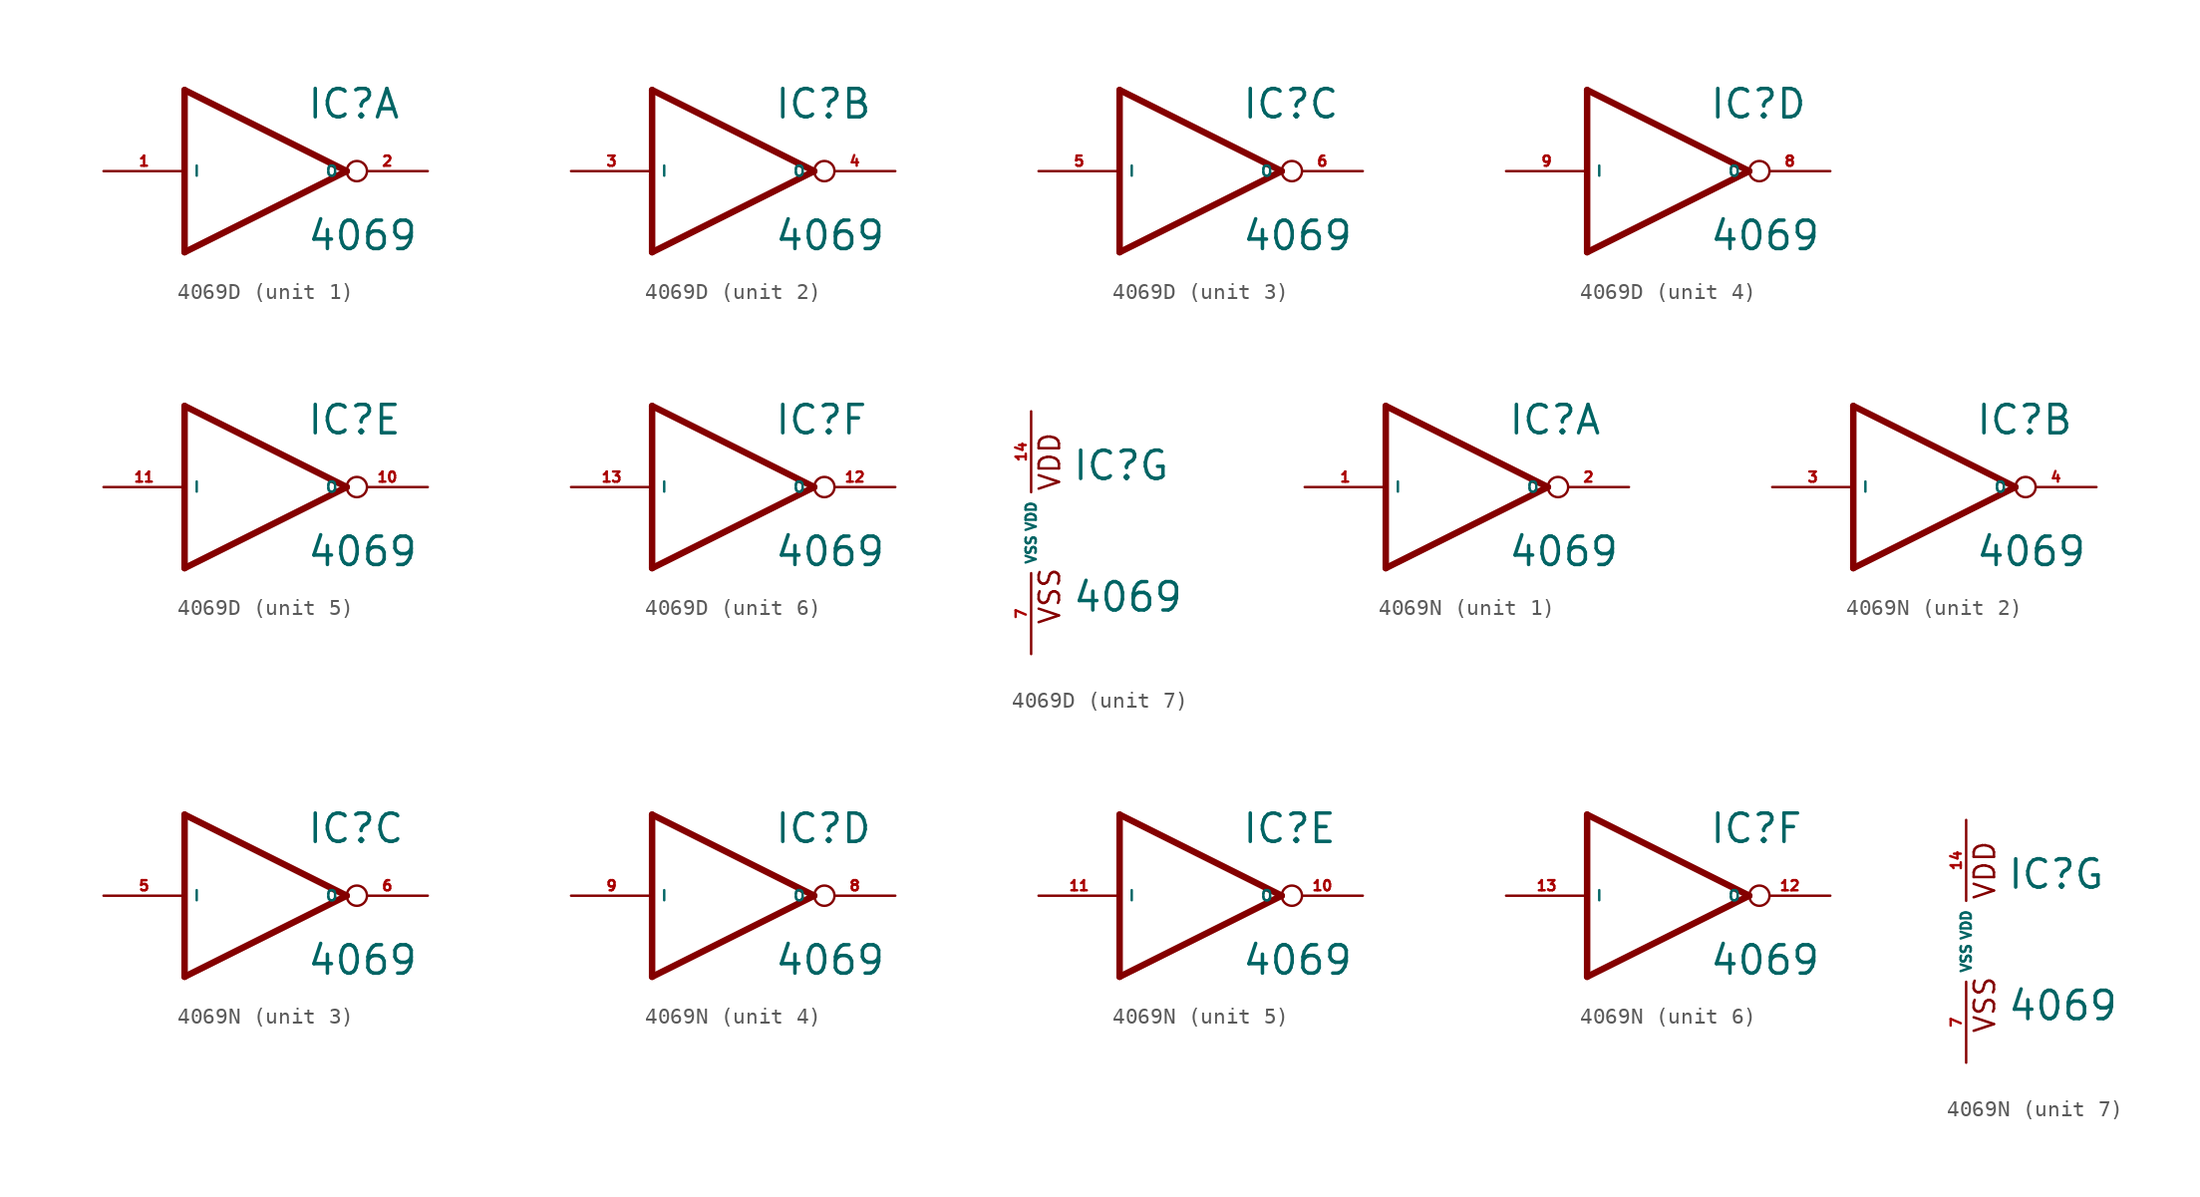
<source format=kicad_sym>
(kicad_symbol_lib
  (version 20220914)
  (generator Eagle2Kicad)
  (symbol "4069D"
    (property "Reference" "IC"
      (at 2.54 3.175 0)
      (effects (font (size 1.778 1.778) (thickness 0.22)) (justify left bottom)))
    (property "Value" "4069"
      (at 2.54 -5.08 0)
      (effects (font (size 1.778 1.778) (thickness 0.22)) (justify left bottom)))
    (symbol "4069D_1_0"
      (polyline (pts (xy -5.08 -5.08) (xy 5.08 0)) (stroke (width 0.406) (type default)) (fill (type none)))
      (polyline (pts (xy 5.08 0) (xy -5.08 5.08)) (stroke (width 0.406) (type default)) (fill (type none)))
      (polyline (pts (xy -5.08 5.08) (xy -5.08 -5.08)) (stroke (width 0.406) (type default)) (fill (type none)))
      (pin input line (at -10.16 0 0) (length 5.08) (name "I" (effects (font (size 0.635 0.635) (thickness 0.08)) (justify left bottom))) (number "1" (effects (font (size 0.635 0.635) (thickness 0.08)) (justify left bottom))))
      (pin output inverted (at 10.16 0 180) (length 5.08) (name "O" (effects (font (size 0.635 0.635) (thickness 0.08)) (justify left bottom))) (number "2" (effects (font (size 0.635 0.635) (thickness 0.08)) (justify left bottom)))))
    (symbol "4069D_2_0"
      (polyline (pts (xy -5.08 -5.08) (xy 5.08 0)) (stroke (width 0.406) (type default)) (fill (type none)))
      (polyline (pts (xy 5.08 0) (xy -5.08 5.08)) (stroke (width 0.406) (type default)) (fill (type none)))
      (polyline (pts (xy -5.08 5.08) (xy -5.08 -5.08)) (stroke (width 0.406) (type default)) (fill (type none)))
      (pin input line (at -10.16 0 0) (length 5.08) (name "I" (effects (font (size 0.635 0.635) (thickness 0.08)) (justify left bottom))) (number "3" (effects (font (size 0.635 0.635) (thickness 0.08)) (justify left bottom))))
      (pin output inverted (at 10.16 0 180) (length 5.08) (name "O" (effects (font (size 0.635 0.635) (thickness 0.08)) (justify left bottom))) (number "4" (effects (font (size 0.635 0.635) (thickness 0.08)) (justify left bottom)))))
    (symbol "4069D_3_0"
      (polyline (pts (xy -5.08 -5.08) (xy 5.08 0)) (stroke (width 0.406) (type default)) (fill (type none)))
      (polyline (pts (xy 5.08 0) (xy -5.08 5.08)) (stroke (width 0.406) (type default)) (fill (type none)))
      (polyline (pts (xy -5.08 5.08) (xy -5.08 -5.08)) (stroke (width 0.406) (type default)) (fill (type none)))
      (pin input line (at -10.16 0 0) (length 5.08) (name "I" (effects (font (size 0.635 0.635) (thickness 0.08)) (justify left bottom))) (number "5" (effects (font (size 0.635 0.635) (thickness 0.08)) (justify left bottom))))
      (pin output inverted (at 10.16 0 180) (length 5.08) (name "O" (effects (font (size 0.635 0.635) (thickness 0.08)) (justify left bottom))) (number "6" (effects (font (size 0.635 0.635) (thickness 0.08)) (justify left bottom)))))
    (symbol "4069D_4_0"
      (polyline (pts (xy -5.08 -5.08) (xy 5.08 0)) (stroke (width 0.406) (type default)) (fill (type none)))
      (polyline (pts (xy 5.08 0) (xy -5.08 5.08)) (stroke (width 0.406) (type default)) (fill (type none)))
      (polyline (pts (xy -5.08 5.08) (xy -5.08 -5.08)) (stroke (width 0.406) (type default)) (fill (type none)))
      (pin input line (at -10.16 0 0) (length 5.08) (name "I" (effects (font (size 0.635 0.635) (thickness 0.08)) (justify left bottom))) (number "9" (effects (font (size 0.635 0.635) (thickness 0.08)) (justify left bottom))))
      (pin output inverted (at 10.16 0 180) (length 5.08) (name "O" (effects (font (size 0.635 0.635) (thickness 0.08)) (justify left bottom))) (number "8" (effects (font (size 0.635 0.635) (thickness 0.08)) (justify left bottom)))))
    (symbol "4069D_5_0"
      (polyline (pts (xy -5.08 -5.08) (xy 5.08 0)) (stroke (width 0.406) (type default)) (fill (type none)))
      (polyline (pts (xy 5.08 0) (xy -5.08 5.08)) (stroke (width 0.406) (type default)) (fill (type none)))
      (polyline (pts (xy -5.08 5.08) (xy -5.08 -5.08)) (stroke (width 0.406) (type default)) (fill (type none)))
      (pin input line (at -10.16 0 0) (length 5.08) (name "I" (effects (font (size 0.635 0.635) (thickness 0.08)) (justify left bottom))) (number "11" (effects (font (size 0.635 0.635) (thickness 0.08)) (justify left bottom))))
      (pin output inverted (at 10.16 0 180) (length 5.08) (name "O" (effects (font (size 0.635 0.635) (thickness 0.08)) (justify left bottom))) (number "10" (effects (font (size 0.635 0.635) (thickness 0.08)) (justify left bottom)))))
    (symbol "4069D_6_0"
      (polyline (pts (xy -5.08 -5.08) (xy 5.08 0)) (stroke (width 0.406) (type default)) (fill (type none)))
      (polyline (pts (xy 5.08 0) (xy -5.08 5.08)) (stroke (width 0.406) (type default)) (fill (type none)))
      (polyline (pts (xy -5.08 5.08) (xy -5.08 -5.08)) (stroke (width 0.406) (type default)) (fill (type none)))
      (pin input line (at -10.16 0 0) (length 5.08) (name "I" (effects (font (size 0.635 0.635) (thickness 0.08)) (justify left bottom))) (number "13" (effects (font (size 0.635 0.635) (thickness 0.08)) (justify left bottom))))
      (pin output inverted (at 10.16 0 180) (length 5.08) (name "O" (effects (font (size 0.635 0.635) (thickness 0.08)) (justify left bottom))) (number "12" (effects (font (size 0.635 0.635) (thickness 0.08)) (justify left bottom)))))
    (symbol "4069D_7_0"
      (text "VDD" (at 1.905 2.54 900) (effects (font (size 1.27 1.27) (thickness 0.16)) (justify left bottom)))
      (text "VSS" (at 1.905 -5.842 900) (effects (font (size 1.27 1.27) (thickness 0.16)) (justify left bottom)))
      (pin unspecified line (at 0 -7.62 90) (length 5.08) (name "VSS" (effects (font (size 0.635 0.635) (thickness 0.08)) (justify left bottom))) (number "7" (effects (font (size 0.635 0.635) (thickness 0.08)) (justify left bottom))))
      (pin unspecified line (at 0 7.62 270) (length 5.08) (name "VDD" (effects (font (size 0.635 0.635) (thickness 0.08)) (justify left bottom))) (number "14" (effects (font (size 0.635 0.635) (thickness 0.08)) (justify left bottom))))))
  (symbol "4069N"
    (property "Reference" "IC"
      (at 2.54 3.175 0)
      (effects (font (size 1.778 1.778) (thickness 0.22)) (justify left bottom)))
    (property "Value" "4069"
      (at 2.54 -5.08 0)
      (effects (font (size 1.778 1.778) (thickness 0.22)) (justify left bottom)))
    (symbol "4069N_1_0"
      (polyline (pts (xy -5.08 -5.08) (xy 5.08 0)) (stroke (width 0.406) (type default)) (fill (type none)))
      (polyline (pts (xy 5.08 0) (xy -5.08 5.08)) (stroke (width 0.406) (type default)) (fill (type none)))
      (polyline (pts (xy -5.08 5.08) (xy -5.08 -5.08)) (stroke (width 0.406) (type default)) (fill (type none)))
      (pin input line (at -10.16 0 0) (length 5.08) (name "I" (effects (font (size 0.635 0.635) (thickness 0.08)) (justify left bottom))) (number "1" (effects (font (size 0.635 0.635) (thickness 0.08)) (justify left bottom))))
      (pin output inverted (at 10.16 0 180) (length 5.08) (name "O" (effects (font (size 0.635 0.635) (thickness 0.08)) (justify left bottom))) (number "2" (effects (font (size 0.635 0.635) (thickness 0.08)) (justify left bottom)))))
    (symbol "4069N_2_0"
      (polyline (pts (xy -5.08 -5.08) (xy 5.08 0)) (stroke (width 0.406) (type default)) (fill (type none)))
      (polyline (pts (xy 5.08 0) (xy -5.08 5.08)) (stroke (width 0.406) (type default)) (fill (type none)))
      (polyline (pts (xy -5.08 5.08) (xy -5.08 -5.08)) (stroke (width 0.406) (type default)) (fill (type none)))
      (pin input line (at -10.16 0 0) (length 5.08) (name "I" (effects (font (size 0.635 0.635) (thickness 0.08)) (justify left bottom))) (number "3" (effects (font (size 0.635 0.635) (thickness 0.08)) (justify left bottom))))
      (pin output inverted (at 10.16 0 180) (length 5.08) (name "O" (effects (font (size 0.635 0.635) (thickness 0.08)) (justify left bottom))) (number "4" (effects (font (size 0.635 0.635) (thickness 0.08)) (justify left bottom)))))
    (symbol "4069N_3_0"
      (polyline (pts (xy -5.08 -5.08) (xy 5.08 0)) (stroke (width 0.406) (type default)) (fill (type none)))
      (polyline (pts (xy 5.08 0) (xy -5.08 5.08)) (stroke (width 0.406) (type default)) (fill (type none)))
      (polyline (pts (xy -5.08 5.08) (xy -5.08 -5.08)) (stroke (width 0.406) (type default)) (fill (type none)))
      (pin input line (at -10.16 0 0) (length 5.08) (name "I" (effects (font (size 0.635 0.635) (thickness 0.08)) (justify left bottom))) (number "5" (effects (font (size 0.635 0.635) (thickness 0.08)) (justify left bottom))))
      (pin output inverted (at 10.16 0 180) (length 5.08) (name "O" (effects (font (size 0.635 0.635) (thickness 0.08)) (justify left bottom))) (number "6" (effects (font (size 0.635 0.635) (thickness 0.08)) (justify left bottom)))))
    (symbol "4069N_4_0"
      (polyline (pts (xy -5.08 -5.08) (xy 5.08 0)) (stroke (width 0.406) (type default)) (fill (type none)))
      (polyline (pts (xy 5.08 0) (xy -5.08 5.08)) (stroke (width 0.406) (type default)) (fill (type none)))
      (polyline (pts (xy -5.08 5.08) (xy -5.08 -5.08)) (stroke (width 0.406) (type default)) (fill (type none)))
      (pin input line (at -10.16 0 0) (length 5.08) (name "I" (effects (font (size 0.635 0.635) (thickness 0.08)) (justify left bottom))) (number "9" (effects (font (size 0.635 0.635) (thickness 0.08)) (justify left bottom))))
      (pin output inverted (at 10.16 0 180) (length 5.08) (name "O" (effects (font (size 0.635 0.635) (thickness 0.08)) (justify left bottom))) (number "8" (effects (font (size 0.635 0.635) (thickness 0.08)) (justify left bottom)))))
    (symbol "4069N_5_0"
      (polyline (pts (xy -5.08 -5.08) (xy 5.08 0)) (stroke (width 0.406) (type default)) (fill (type none)))
      (polyline (pts (xy 5.08 0) (xy -5.08 5.08)) (stroke (width 0.406) (type default)) (fill (type none)))
      (polyline (pts (xy -5.08 5.08) (xy -5.08 -5.08)) (stroke (width 0.406) (type default)) (fill (type none)))
      (pin input line (at -10.16 0 0) (length 5.08) (name "I" (effects (font (size 0.635 0.635) (thickness 0.08)) (justify left bottom))) (number "11" (effects (font (size 0.635 0.635) (thickness 0.08)) (justify left bottom))))
      (pin output inverted (at 10.16 0 180) (length 5.08) (name "O" (effects (font (size 0.635 0.635) (thickness 0.08)) (justify left bottom))) (number "10" (effects (font (size 0.635 0.635) (thickness 0.08)) (justify left bottom)))))
    (symbol "4069N_6_0"
      (polyline (pts (xy -5.08 -5.08) (xy 5.08 0)) (stroke (width 0.406) (type default)) (fill (type none)))
      (polyline (pts (xy 5.08 0) (xy -5.08 5.08)) (stroke (width 0.406) (type default)) (fill (type none)))
      (polyline (pts (xy -5.08 5.08) (xy -5.08 -5.08)) (stroke (width 0.406) (type default)) (fill (type none)))
      (pin input line (at -10.16 0 0) (length 5.08) (name "I" (effects (font (size 0.635 0.635) (thickness 0.08)) (justify left bottom))) (number "13" (effects (font (size 0.635 0.635) (thickness 0.08)) (justify left bottom))))
      (pin output inverted (at 10.16 0 180) (length 5.08) (name "O" (effects (font (size 0.635 0.635) (thickness 0.08)) (justify left bottom))) (number "12" (effects (font (size 0.635 0.635) (thickness 0.08)) (justify left bottom)))))
    (symbol "4069N_7_0"
      (text "VDD" (at 1.905 2.54 900) (effects (font (size 1.27 1.27) (thickness 0.16)) (justify left bottom)))
      (text "VSS" (at 1.905 -5.842 900) (effects (font (size 1.27 1.27) (thickness 0.16)) (justify left bottom)))
      (pin unspecified line (at 0 -7.62 90) (length 5.08) (name "VSS" (effects (font (size 0.635 0.635) (thickness 0.08)) (justify left bottom))) (number "7" (effects (font (size 0.635 0.635) (thickness 0.08)) (justify left bottom))))
      (pin unspecified line (at 0 7.62 270) (length 5.08) (name "VDD" (effects (font (size 0.635 0.635) (thickness 0.08)) (justify left bottom))) (number "14" (effects (font (size 0.635 0.635) (thickness 0.08)) (justify left bottom)))))))
</source>
